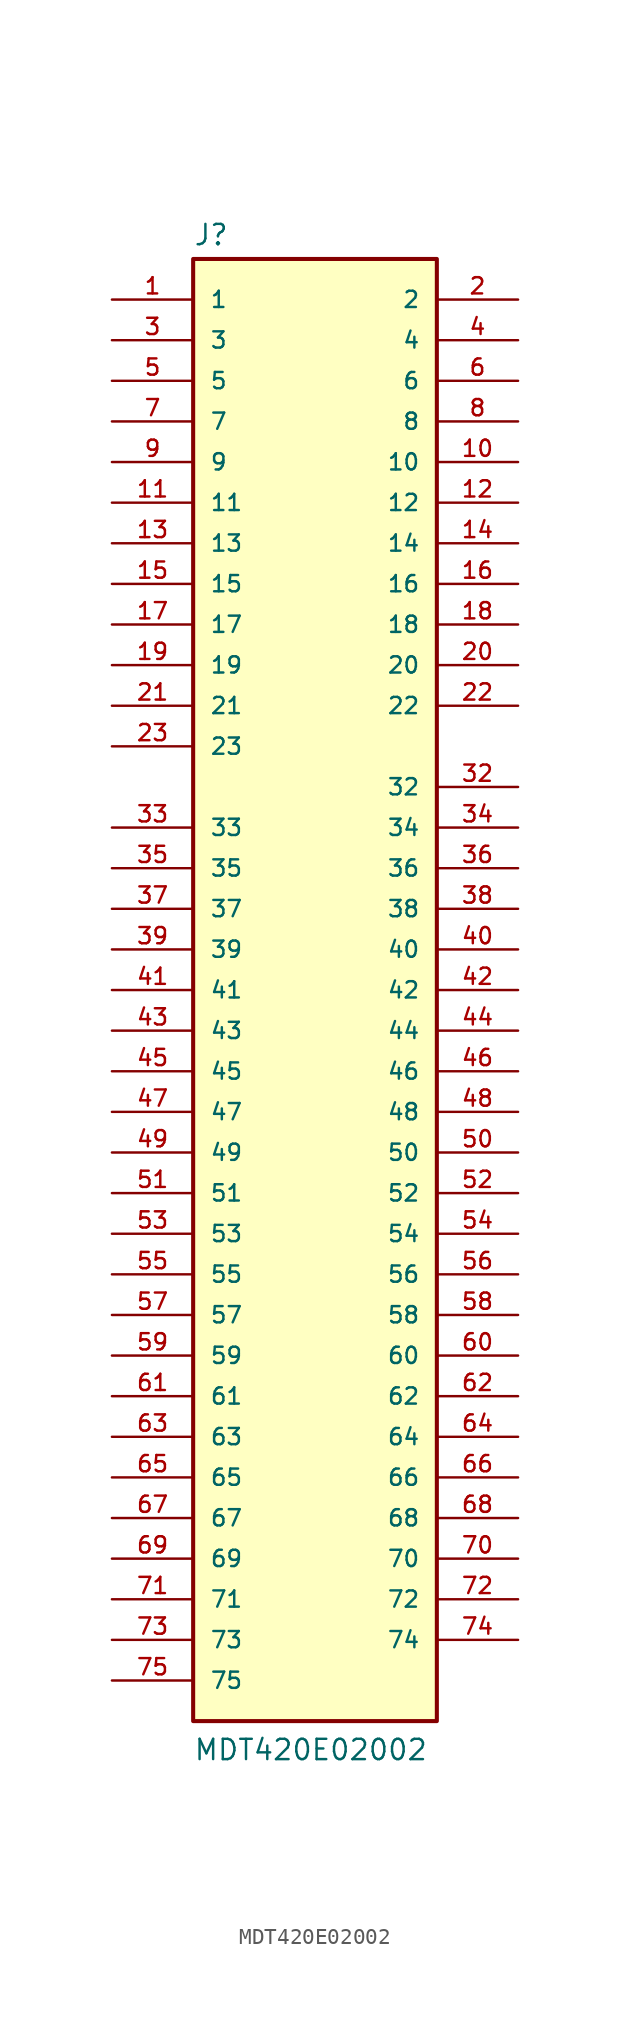
<source format=kicad_sym>
(kicad_symbol_lib
  (version 20211014)
  (generator kicad_symbol_editor)
  (symbol "MDT420E02002"
    (pin_names
      (offset 1.016))
    (property "Reference" "J"
      (at -7.62 46.482 0)
      (effects (font (size 1.27 1.27)) (justify bottom left)))
    (property "Value" "MDT420E02002"
      (at -7.62 -48.26 0)
      (effects (font (size 1.27 1.27)) (justify bottom left)))
    (symbol "MDT420E02002_0_0"
      (rectangle (start -7.62 -45.72) (end 7.62 45.72) (stroke (width 0.254)) (fill (type background)))
      (pin passive line (at -12.7 43.18 0) (length 5.08) (name "1" (effects (font (size 1.016 1.016)))) (number "1" (effects (font (size 1.016 1.016)))))
      (pin passive line (at 12.7 43.18 180.0) (length 5.08) (name "2" (effects (font (size 1.016 1.016)))) (number "2" (effects (font (size 1.016 1.016)))))
      (pin passive line (at -12.7 40.64 0) (length 5.08) (name "3" (effects (font (size 1.016 1.016)))) (number "3" (effects (font (size 1.016 1.016)))))
      (pin passive line (at 12.7 40.64 180.0) (length 5.08) (name "4" (effects (font (size 1.016 1.016)))) (number "4" (effects (font (size 1.016 1.016)))))
      (pin passive line (at -12.7 38.1 0) (length 5.08) (name "5" (effects (font (size 1.016 1.016)))) (number "5" (effects (font (size 1.016 1.016)))))
      (pin passive line (at 12.7 38.1 180.0) (length 5.08) (name "6" (effects (font (size 1.016 1.016)))) (number "6" (effects (font (size 1.016 1.016)))))
      (pin passive line (at -12.7 35.56 0) (length 5.08) (name "7" (effects (font (size 1.016 1.016)))) (number "7" (effects (font (size 1.016 1.016)))))
      (pin passive line (at 12.7 35.56 180.0) (length 5.08) (name "8" (effects (font (size 1.016 1.016)))) (number "8" (effects (font (size 1.016 1.016)))))
      (pin passive line (at -12.7 33.02 0) (length 5.08) (name "9" (effects (font (size 1.016 1.016)))) (number "9" (effects (font (size 1.016 1.016)))))
      (pin passive line (at 12.7 33.02 180.0) (length 5.08) (name "10" (effects (font (size 1.016 1.016)))) (number "10" (effects (font (size 1.016 1.016)))))
      (pin passive line (at -12.7 30.48 0) (length 5.08) (name "11" (effects (font (size 1.016 1.016)))) (number "11" (effects (font (size 1.016 1.016)))))
      (pin passive line (at 12.7 20.32 180.0) (length 5.08) (name "20" (effects (font (size 1.016 1.016)))) (number "20" (effects (font (size 1.016 1.016)))))
      (pin passive line (at -12.7 17.78 0) (length 5.08) (name "21" (effects (font (size 1.016 1.016)))) (number "21" (effects (font (size 1.016 1.016)))))
      (pin passive line (at 12.7 17.78 180.0) (length 5.08) (name "22" (effects (font (size 1.016 1.016)))) (number "22" (effects (font (size 1.016 1.016)))))
      (pin passive line (at -12.7 10.16 0) (length 5.08) (name "33" (effects (font (size 1.016 1.016)))) (number "33" (effects (font (size 1.016 1.016)))))
      (pin passive line (at 12.7 10.16 180.0) (length 5.08) (name "34" (effects (font (size 1.016 1.016)))) (number "34" (effects (font (size 1.016 1.016)))))
      (pin passive line (at -12.7 7.62 0) (length 5.08) (name "35" (effects (font (size 1.016 1.016)))) (number "35" (effects (font (size 1.016 1.016)))))
      (pin passive line (at 12.7 7.62 180.0) (length 5.08) (name "36" (effects (font (size 1.016 1.016)))) (number "36" (effects (font (size 1.016 1.016)))))
      (pin passive line (at -12.7 5.08 0) (length 5.08) (name "37" (effects (font (size 1.016 1.016)))) (number "37" (effects (font (size 1.016 1.016)))))
      (pin passive line (at 12.7 5.08 180.0) (length 5.08) (name "38" (effects (font (size 1.016 1.016)))) (number "38" (effects (font (size 1.016 1.016)))))
      (pin passive line (at -12.7 2.54 0) (length 5.08) (name "39" (effects (font (size 1.016 1.016)))) (number "39" (effects (font (size 1.016 1.016)))))
      (pin passive line (at 12.7 2.54 180.0) (length 5.08) (name "40" (effects (font (size 1.016 1.016)))) (number "40" (effects (font (size 1.016 1.016)))))
      (pin passive line (at -12.7 0.0 0) (length 5.08) (name "41" (effects (font (size 1.016 1.016)))) (number "41" (effects (font (size 1.016 1.016)))))
      (pin passive line (at 12.7 0.0 180.0) (length 5.08) (name "42" (effects (font (size 1.016 1.016)))) (number "42" (effects (font (size 1.016 1.016)))))
      (pin passive line (at -12.7 -2.54 0) (length 5.08) (name "43" (effects (font (size 1.016 1.016)))) (number "43" (effects (font (size 1.016 1.016)))))
      (pin passive line (at 12.7 -2.54 180.0) (length 5.08) (name "44" (effects (font (size 1.016 1.016)))) (number "44" (effects (font (size 1.016 1.016)))))
      (pin passive line (at -12.7 -5.08 0) (length 5.08) (name "45" (effects (font (size 1.016 1.016)))) (number "45" (effects (font (size 1.016 1.016)))))
      (pin passive line (at 12.7 -5.08 180.0) (length 5.08) (name "46" (effects (font (size 1.016 1.016)))) (number "46" (effects (font (size 1.016 1.016)))))
      (pin passive line (at -12.7 -7.62 0) (length 5.08) (name "47" (effects (font (size 1.016 1.016)))) (number "47" (effects (font (size 1.016 1.016)))))
      (pin passive line (at 12.7 -7.62 180.0) (length 5.08) (name "48" (effects (font (size 1.016 1.016)))) (number "48" (effects (font (size 1.016 1.016)))))
      (pin passive line (at -12.7 -10.16 0) (length 5.08) (name "49" (effects (font (size 1.016 1.016)))) (number "49" (effects (font (size 1.016 1.016)))))
      (pin passive line (at 12.7 -10.16 180.0) (length 5.08) (name "50" (effects (font (size 1.016 1.016)))) (number "50" (effects (font (size 1.016 1.016)))))
      (pin passive line (at -12.7 -12.7 0) (length 5.08) (name "51" (effects (font (size 1.016 1.016)))) (number "51" (effects (font (size 1.016 1.016)))))
      (pin passive line (at 12.7 -12.7 180.0) (length 5.08) (name "52" (effects (font (size 1.016 1.016)))) (number "52" (effects (font (size 1.016 1.016)))))
      (pin passive line (at -12.7 -15.24 0) (length 5.08) (name "53" (effects (font (size 1.016 1.016)))) (number "53" (effects (font (size 1.016 1.016)))))
      (pin passive line (at 12.7 -15.24 180.0) (length 5.08) (name "54" (effects (font (size 1.016 1.016)))) (number "54" (effects (font (size 1.016 1.016)))))
      (pin passive line (at -12.7 -17.78 0) (length 5.08) (name "55" (effects (font (size 1.016 1.016)))) (number "55" (effects (font (size 1.016 1.016)))))
      (pin passive line (at 12.7 -17.78 180.0) (length 5.08) (name "56" (effects (font (size 1.016 1.016)))) (number "56" (effects (font (size 1.016 1.016)))))
      (pin passive line (at -12.7 -20.32 0) (length 5.08) (name "57" (effects (font (size 1.016 1.016)))) (number "57" (effects (font (size 1.016 1.016)))))
      (pin passive line (at 12.7 -20.32 180.0) (length 5.08) (name "58" (effects (font (size 1.016 1.016)))) (number "58" (effects (font (size 1.016 1.016)))))
      (pin passive line (at -12.7 -33.02 0) (length 5.08) (name "67" (effects (font (size 1.016 1.016)))) (number "67" (effects (font (size 1.016 1.016)))))
      (pin passive line (at 12.7 -33.02 180.0) (length 5.08) (name "68" (effects (font (size 1.016 1.016)))) (number "68" (effects (font (size 1.016 1.016)))))
      (pin passive line (at -12.7 -35.56 0) (length 5.08) (name "69" (effects (font (size 1.016 1.016)))) (number "69" (effects (font (size 1.016 1.016)))))
      (pin passive line (at 12.7 -35.56 180.0) (length 5.08) (name "70" (effects (font (size 1.016 1.016)))) (number "70" (effects (font (size 1.016 1.016)))))
      (pin passive line (at -12.7 -38.1 0) (length 5.08) (name "71" (effects (font (size 1.016 1.016)))) (number "71" (effects (font (size 1.016 1.016)))))
      (pin passive line (at 12.7 -38.1 180.0) (length 5.08) (name "72" (effects (font (size 1.016 1.016)))) (number "72" (effects (font (size 1.016 1.016)))))
      (pin passive line (at -12.7 -40.64 0) (length 5.08) (name "73" (effects (font (size 1.016 1.016)))) (number "73" (effects (font (size 1.016 1.016)))))
      (pin passive line (at 12.7 -40.64 180.0) (length 5.08) (name "74" (effects (font (size 1.016 1.016)))) (number "74" (effects (font (size 1.016 1.016)))))
      (pin passive line (at -12.7 -43.18 0) (length 5.08) (name "75" (effects (font (size 1.016 1.016)))) (number "75" (effects (font (size 1.016 1.016)))))
      (pin passive line (at -12.7 -22.86 0) (length 5.08) (name "59" (effects (font (size 1.016 1.016)))) (number "59" (effects (font (size 1.016 1.016)))))
      (pin passive line (at 12.7 -22.86 180.0) (length 5.08) (name "60" (effects (font (size 1.016 1.016)))) (number "60" (effects (font (size 1.016 1.016)))))
      (pin passive line (at -12.7 -25.4 0) (length 5.08) (name "61" (effects (font (size 1.016 1.016)))) (number "61" (effects (font (size 1.016 1.016)))))
      (pin passive line (at 12.7 -25.4 180.0) (length 5.08) (name "62" (effects (font (size 1.016 1.016)))) (number "62" (effects (font (size 1.016 1.016)))))
      (pin passive line (at -12.7 -27.94 0) (length 5.08) (name "63" (effects (font (size 1.016 1.016)))) (number "63" (effects (font (size 1.016 1.016)))))
      (pin passive line (at 12.7 -27.94 180.0) (length 5.08) (name "64" (effects (font (size 1.016 1.016)))) (number "64" (effects (font (size 1.016 1.016)))))
      (pin passive line (at -12.7 -30.48 0) (length 5.08) (name "65" (effects (font (size 1.016 1.016)))) (number "65" (effects (font (size 1.016 1.016)))))
      (pin passive line (at 12.7 -30.48 180.0) (length 5.08) (name "66" (effects (font (size 1.016 1.016)))) (number "66" (effects (font (size 1.016 1.016)))))
      (pin passive line (at 12.7 30.48 180.0) (length 5.08) (name "12" (effects (font (size 1.016 1.016)))) (number "12" (effects (font (size 1.016 1.016)))))
      (pin passive line (at -12.7 27.94 0) (length 5.08) (name "13" (effects (font (size 1.016 1.016)))) (number "13" (effects (font (size 1.016 1.016)))))
      (pin passive line (at 12.7 27.94 180.0) (length 5.08) (name "14" (effects (font (size 1.016 1.016)))) (number "14" (effects (font (size 1.016 1.016)))))
      (pin passive line (at -12.7 25.4 0) (length 5.08) (name "15" (effects (font (size 1.016 1.016)))) (number "15" (effects (font (size 1.016 1.016)))))
      (pin passive line (at 12.7 25.4 180.0) (length 5.08) (name "16" (effects (font (size 1.016 1.016)))) (number "16" (effects (font (size 1.016 1.016)))))
      (pin passive line (at -12.7 22.86 0) (length 5.08) (name "17" (effects (font (size 1.016 1.016)))) (number "17" (effects (font (size 1.016 1.016)))))
      (pin passive line (at 12.7 22.86 180.0) (length 5.08) (name "18" (effects (font (size 1.016 1.016)))) (number "18" (effects (font (size 1.016 1.016)))))
      (pin passive line (at -12.7 20.32 0) (length 5.08) (name "19" (effects (font (size 1.016 1.016)))) (number "19" (effects (font (size 1.016 1.016)))))
      (pin passive line (at -12.7 15.24 0) (length 5.08) (name "23" (effects (font (size 1.016 1.016)))) (number "23" (effects (font (size 1.016 1.016)))))
      (pin passive line (at 12.7 12.7 180.0) (length 5.08) (name "32" (effects (font (size 1.016 1.016)))) (number "32" (effects (font (size 1.016 1.016))))))))
</source>
